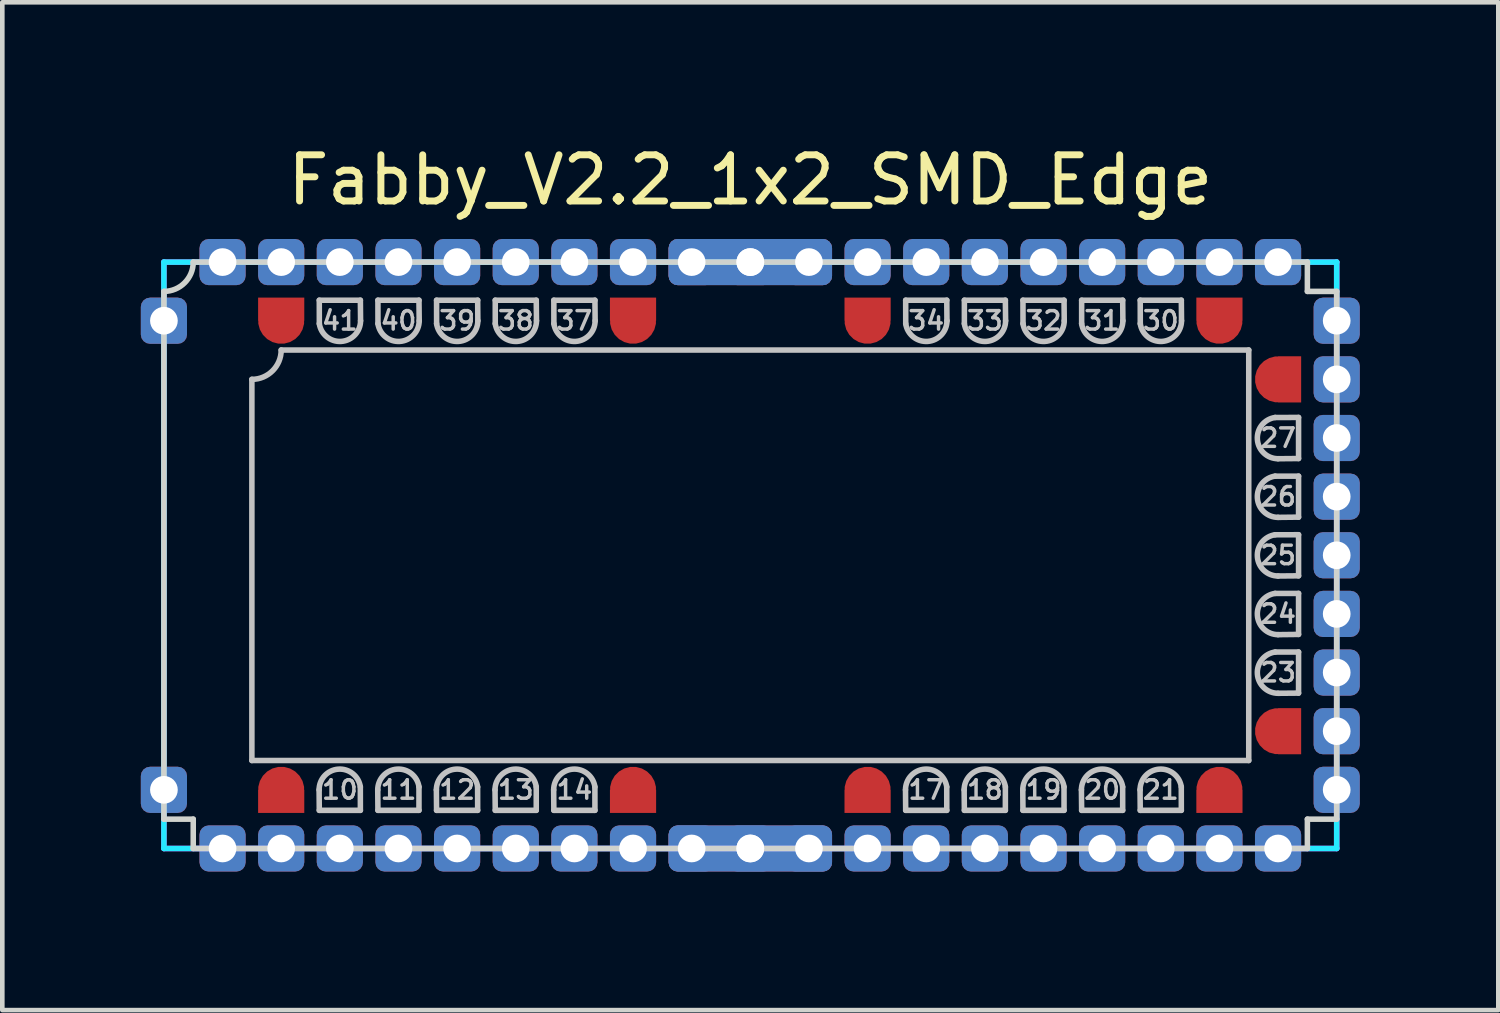
<source format=kicad_pcb>
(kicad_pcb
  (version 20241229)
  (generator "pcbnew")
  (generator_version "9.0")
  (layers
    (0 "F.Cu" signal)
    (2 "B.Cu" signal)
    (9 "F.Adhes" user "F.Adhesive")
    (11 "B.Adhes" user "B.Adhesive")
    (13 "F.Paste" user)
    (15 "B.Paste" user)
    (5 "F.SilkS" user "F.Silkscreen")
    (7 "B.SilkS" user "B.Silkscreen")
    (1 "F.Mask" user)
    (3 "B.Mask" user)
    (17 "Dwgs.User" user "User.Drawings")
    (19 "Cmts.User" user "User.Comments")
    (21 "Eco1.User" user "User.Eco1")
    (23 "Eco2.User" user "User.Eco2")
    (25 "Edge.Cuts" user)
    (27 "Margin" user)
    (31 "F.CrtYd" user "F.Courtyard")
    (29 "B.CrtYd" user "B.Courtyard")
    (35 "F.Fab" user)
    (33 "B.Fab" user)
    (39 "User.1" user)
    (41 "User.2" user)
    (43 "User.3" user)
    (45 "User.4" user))
  (footprint "Fabby_V2.2_1x2_SMD_Edge"
    (layer "F.Cu")
    (at 13.2 8.976)
    (property "Reference" "Fabby_V2.2_1x2_SMD_Edge" (at 0 -8.128 0) (layer "F.SilkS") (effects (font (size 1 1) (thickness 0.15))))
    (attr through_hole)
    (fp_line (start -10.795 4.445) (end -10.795 -3.81) (stroke (width 0.12) (type solid)) (layer "Dwgs.User"))
    (fp_line (start -10.16 -4.445) (end 10.795 -4.445) (stroke (width 0.12) (type solid)) (layer "Dwgs.User"))
    (fp_line (start -9.339 5.08) (end -9.335 5.524) (stroke (width 0.12) (type solid)) (layer "Dwgs.User"))
    (fp_line (start -9.335 -5.524) (end -9.334 -5.017) (stroke (width 0.12) (type solid)) (layer "Dwgs.User"))
    (fp_line (start -9.335 5.524) (end -8.445 5.524) (stroke (width 0.12) (type solid)) (layer "Dwgs.User"))
    (fp_line (start -8.445 -5.524) (end -9.335 -5.524) (stroke (width 0.12) (type solid)) (layer "Dwgs.User"))
    (fp_line (start -8.445 5.524) (end -8.446 5.017) (stroke (width 0.12) (type solid)) (layer "Dwgs.User"))
    (fp_line (start -8.441 -5.08) (end -8.445 -5.524) (stroke (width 0.12) (type solid)) (layer "Dwgs.User"))
    (fp_line (start -8.069 5.08) (end -8.065 5.524) (stroke (width 0.12) (type solid)) (layer "Dwgs.User"))
    (fp_line (start -8.065 -5.524) (end -8.064 -5.017) (stroke (width 0.12) (type solid)) (layer "Dwgs.User"))
    (fp_line (start -8.065 5.524) (end -7.176 5.524) (stroke (width 0.12) (type solid)) (layer "Dwgs.User"))
    (fp_line (start -7.176 -5.524) (end -8.065 -5.524) (stroke (width 0.12) (type solid)) (layer "Dwgs.User"))
    (fp_line (start -7.176 5.524) (end -7.176 5.017) (stroke (width 0.12) (type solid)) (layer "Dwgs.User"))
    (fp_line (start -7.171 -5.08) (end -7.176 -5.524) (stroke (width 0.12) (type solid)) (layer "Dwgs.User"))
    (fp_line (start -6.799 5.08) (end -6.795 5.524) (stroke (width 0.12) (type solid)) (layer "Dwgs.User"))
    (fp_line (start -6.795 -5.524) (end -6.794 -5.017) (stroke (width 0.12) (type solid)) (layer "Dwgs.User"))
    (fp_line (start -6.795 5.524) (end -5.905 5.524) (stroke (width 0.12) (type solid)) (layer "Dwgs.User"))
    (fp_line (start -5.905 -5.524) (end -6.795 -5.524) (stroke (width 0.12) (type solid)) (layer "Dwgs.User"))
    (fp_line (start -5.905 5.524) (end -5.906 5.017) (stroke (width 0.12) (type solid)) (layer "Dwgs.User"))
    (fp_line (start -5.901 -5.08) (end -5.905 -5.524) (stroke (width 0.12) (type solid)) (layer "Dwgs.User"))
    (fp_line (start -5.529 5.08) (end -5.524 5.524) (stroke (width 0.12) (type solid)) (layer "Dwgs.User"))
    (fp_line (start -5.524 -5.524) (end -5.524 -5.017) (stroke (width 0.12) (type solid)) (layer "Dwgs.User"))
    (fp_line (start -5.524 5.524) (end -4.636 5.524) (stroke (width 0.12) (type solid)) (layer "Dwgs.User"))
    (fp_line (start -4.636 -5.524) (end -5.524 -5.524) (stroke (width 0.12) (type solid)) (layer "Dwgs.User"))
    (fp_line (start -4.636 5.524) (end -4.636 5.017) (stroke (width 0.12) (type solid)) (layer "Dwgs.User"))
    (fp_line (start -4.631 -5.08) (end -4.636 -5.524) (stroke (width 0.12) (type solid)) (layer "Dwgs.User"))
    (fp_line (start -4.259 5.08) (end -4.255 5.524) (stroke (width 0.12) (type solid)) (layer "Dwgs.User"))
    (fp_line (start -4.255 -5.524) (end -4.254 -5.017) (stroke (width 0.12) (type solid)) (layer "Dwgs.User"))
    (fp_line (start -4.255 5.524) (end -3.365 5.524) (stroke (width 0.12) (type solid)) (layer "Dwgs.User"))
    (fp_line (start -3.365 -5.524) (end -4.255 -5.524) (stroke (width 0.12) (type solid)) (layer "Dwgs.User"))
    (fp_line (start -3.365 5.524) (end -3.366 5.017) (stroke (width 0.12) (type solid)) (layer "Dwgs.User"))
    (fp_line (start -3.361 -5.08) (end -3.365 -5.524) (stroke (width 0.12) (type solid)) (layer "Dwgs.User"))
    (fp_line (start 3.361 5.08) (end 3.365 5.524) (stroke (width 0.12) (type solid)) (layer "Dwgs.User"))
    (fp_line (start 3.365 -5.524) (end 3.366 -5.017) (stroke (width 0.12) (type solid)) (layer "Dwgs.User"))
    (fp_line (start 3.365 5.524) (end 4.255 5.524) (stroke (width 0.12) (type solid)) (layer "Dwgs.User"))
    (fp_line (start 4.255 -5.524) (end 3.365 -5.524) (stroke (width 0.12) (type solid)) (layer "Dwgs.User"))
    (fp_line (start 4.255 5.524) (end 4.254 5.017) (stroke (width 0.12) (type solid)) (layer "Dwgs.User"))
    (fp_line (start 4.259 -5.08) (end 4.255 -5.524) (stroke (width 0.12) (type solid)) (layer "Dwgs.User"))
    (fp_line (start 4.631 5.08) (end 4.636 5.524) (stroke (width 0.12) (type solid)) (layer "Dwgs.User"))
    (fp_line (start 4.636 -5.524) (end 4.636 -5.017) (stroke (width 0.12) (type solid)) (layer "Dwgs.User"))
    (fp_line (start 4.636 5.524) (end 5.524 5.524) (stroke (width 0.12) (type solid)) (layer "Dwgs.User"))
    (fp_line (start 5.524 -5.524) (end 4.636 -5.524) (stroke (width 0.12) (type solid)) (layer "Dwgs.User"))
    (fp_line (start 5.524 5.524) (end 5.524 5.017) (stroke (width 0.12) (type solid)) (layer "Dwgs.User"))
    (fp_line (start 5.529 -5.08) (end 5.524 -5.524) (stroke (width 0.12) (type solid)) (layer "Dwgs.User"))
    (fp_line (start 5.901 5.08) (end 5.905 5.524) (stroke (width 0.12) (type solid)) (layer "Dwgs.User"))
    (fp_line (start 5.905 -5.524) (end 5.906 -5.017) (stroke (width 0.12) (type solid)) (layer "Dwgs.User"))
    (fp_line (start 5.905 5.524) (end 6.795 5.524) (stroke (width 0.12) (type solid)) (layer "Dwgs.User"))
    (fp_line (start 6.795 -5.524) (end 5.905 -5.524) (stroke (width 0.12) (type solid)) (layer "Dwgs.User"))
    (fp_line (start 6.795 5.524) (end 6.794 5.017) (stroke (width 0.12) (type solid)) (layer "Dwgs.User"))
    (fp_line (start 6.799 -5.08) (end 6.795 -5.524) (stroke (width 0.12) (type solid)) (layer "Dwgs.User"))
    (fp_line (start 7.171 5.08) (end 7.176 5.524) (stroke (width 0.12) (type solid)) (layer "Dwgs.User"))
    (fp_line (start 7.176 -5.524) (end 7.176 -5.017) (stroke (width 0.12) (type solid)) (layer "Dwgs.User"))
    (fp_line (start 7.176 5.524) (end 8.065 5.524) (stroke (width 0.12) (type solid)) (layer "Dwgs.User"))
    (fp_line (start 8.065 -5.524) (end 7.176 -5.524) (stroke (width 0.12) (type solid)) (layer "Dwgs.User"))
    (fp_line (start 8.065 5.524) (end 8.064 5.017) (stroke (width 0.12) (type solid)) (layer "Dwgs.User"))
    (fp_line (start 8.069 -5.08) (end 8.065 -5.524) (stroke (width 0.12) (type solid)) (layer "Dwgs.User"))
    (fp_line (start 8.441 5.08) (end 8.445 5.524) (stroke (width 0.12) (type solid)) (layer "Dwgs.User"))
    (fp_line (start 8.445 -5.524) (end 8.446 -5.017) (stroke (width 0.12) (type solid)) (layer "Dwgs.User"))
    (fp_line (start 8.445 5.524) (end 9.335 5.524) (stroke (width 0.12) (type solid)) (layer "Dwgs.User"))
    (fp_line (start 9.335 -5.524) (end 8.445 -5.524) (stroke (width 0.12) (type solid)) (layer "Dwgs.User"))
    (fp_line (start 9.335 5.524) (end 9.334 5.017) (stroke (width 0.12) (type solid)) (layer "Dwgs.User"))
    (fp_line (start 9.339 -5.08) (end 9.335 -5.524) (stroke (width 0.12) (type solid)) (layer "Dwgs.User"))
    (fp_line (start 10.795 -4.445) (end 10.795 4.445) (stroke (width 0.12) (type solid)) (layer "Dwgs.User"))
    (fp_line (start 10.795 4.445) (end -10.795 4.445) (stroke (width 0.12) (type solid)) (layer "Dwgs.User"))
    (fp_line (start 11.43 -2.091) (end 11.874 -2.095) (stroke (width 0.12) (type solid)) (layer "Dwgs.User"))
    (fp_line (start 11.43 -0.821) (end 11.874 -0.826) (stroke (width 0.12) (type solid)) (layer "Dwgs.User"))
    (fp_line (start 11.43 0.449) (end 11.874 0.445) (stroke (width 0.12) (type solid)) (layer "Dwgs.User"))
    (fp_line (start 11.43 1.719) (end 11.874 1.714) (stroke (width 0.12) (type solid)) (layer "Dwgs.User"))
    (fp_line (start 11.43 2.989) (end 11.874 2.985) (stroke (width 0.12) (type solid)) (layer "Dwgs.User"))
    (fp_line (start 11.874 -2.985) (end 11.367 -2.984) (stroke (width 0.12) (type solid)) (layer "Dwgs.User"))
    (fp_line (start 11.874 -2.095) (end 11.874 -2.985) (stroke (width 0.12) (type solid)) (layer "Dwgs.User"))
    (fp_line (start 11.874 -1.714) (end 11.367 -1.714) (stroke (width 0.12) (type solid)) (layer "Dwgs.User"))
    (fp_line (start 11.874 -0.826) (end 11.874 -1.714) (stroke (width 0.12) (type solid)) (layer "Dwgs.User"))
    (fp_line (start 11.874 -0.445) (end 11.367 -0.444) (stroke (width 0.12) (type solid)) (layer "Dwgs.User"))
    (fp_line (start 11.874 0.445) (end 11.874 -0.445) (stroke (width 0.12) (type solid)) (layer "Dwgs.User"))
    (fp_line (start 11.874 0.826) (end 11.367 0.826) (stroke (width 0.12) (type solid)) (layer "Dwgs.User"))
    (fp_line (start 11.874 1.714) (end 11.874 0.826) (stroke (width 0.12) (type solid)) (layer "Dwgs.User"))
    (fp_line (start 11.874 2.095) (end 11.367 2.096) (stroke (width 0.12) (type solid)) (layer "Dwgs.User"))
    (fp_line (start 11.874 2.985) (end 11.874 2.095) (stroke (width 0.12) (type solid)) (layer "Dwgs.User"))
    (fp_arc (start -10.16 -4.445) (mid -10.345987 -3.995987) (end -10.795 -3.81) (stroke (width 0.12) (type solid)) (layer "Dwgs.User"))
    (fp_arc (start -9.339012 5.079999) (mid -8.921829 4.632118) (end -8.445501 5.016501) (stroke (width 0.12) (type solid)) (layer "Dwgs.User"))
    (fp_arc (start -8.440988 -5.079999) (mid -8.858171 -4.632118) (end -9.334499 -5.016501) (stroke (width 0.12) (type solid)) (layer "Dwgs.User"))
    (fp_arc (start -8.069012 5.079999) (mid -7.651829 4.632118) (end -7.175501 5.016501) (stroke (width 0.12) (type solid)) (layer "Dwgs.User"))
    (fp_arc (start -7.170988 -5.079999) (mid -7.588171 -4.632118) (end -8.064499 -5.016501) (stroke (width 0.12) (type solid)) (layer "Dwgs.User"))
    (fp_arc (start -6.799012 5.079999) (mid -6.381829 4.632118) (end -5.905501 5.016501) (stroke (width 0.12) (type solid)) (layer "Dwgs.User"))
    (fp_arc (start -5.900988 -5.079999) (mid -6.318171 -4.632118) (end -6.794499 -5.016501) (stroke (width 0.12) (type solid)) (layer "Dwgs.User"))
    (fp_arc (start -5.529012 5.079999) (mid -5.111829 4.632118) (end -4.635501 5.016501) (stroke (width 0.12) (type solid)) (layer "Dwgs.User"))
    (fp_arc (start -4.630988 -5.079999) (mid -5.048171 -4.632118) (end -5.524499 -5.016501) (stroke (width 0.12) (type solid)) (layer "Dwgs.User"))
    (fp_arc (start -4.259012 5.079999) (mid -3.841829 4.632118) (end -3.365501 5.016501) (stroke (width 0.12) (type solid)) (layer "Dwgs.User"))
    (fp_arc (start -3.360988 -5.079999) (mid -3.778171 -4.632118) (end -4.254499 -5.016501) (stroke (width 0.12) (type solid)) (layer "Dwgs.User"))
    (fp_arc (start 3.360988 5.079999) (mid 3.778171 4.632118) (end 4.254499 5.016501) (stroke (width 0.12) (type solid)) (layer "Dwgs.User"))
    (fp_arc (start 4.259012 -5.079999) (mid 3.841829 -4.632118) (end 3.365501 -5.016501) (stroke (width 0.12) (type solid)) (layer "Dwgs.User"))
    (fp_arc (start 4.630988 5.079999) (mid 5.048171 4.632118) (end 5.524499 5.016501) (stroke (width 0.12) (type solid)) (layer "Dwgs.User"))
    (fp_arc (start 5.529012 -5.079999) (mid 5.111829 -4.632118) (end 4.635501 -5.016501) (stroke (width 0.12) (type solid)) (layer "Dwgs.User"))
    (fp_arc (start 5.900988 5.079999) (mid 6.318171 4.632118) (end 6.794499 5.016501) (stroke (width 0.12) (type solid)) (layer "Dwgs.User"))
    (fp_arc (start 6.799012 -5.079999) (mid 6.381829 -4.632118) (end 5.905501 -5.016501) (stroke (width 0.12) (type solid)) (layer "Dwgs.User"))
    (fp_arc (start 7.170988 5.079999) (mid 7.588171 4.632118) (end 8.064499 5.016501) (stroke (width 0.12) (type solid)) (layer "Dwgs.User"))
    (fp_arc (start 8.069012 -5.079999) (mid 7.651829 -4.632118) (end 7.175501 -5.016501) (stroke (width 0.12) (type solid)) (layer "Dwgs.User"))
    (fp_arc (start 8.440988 5.079999) (mid 8.858171 4.632118) (end 9.334499 5.016501) (stroke (width 0.12) (type solid)) (layer "Dwgs.User"))
    (fp_arc (start 9.339012 -5.079999) (mid 8.921829 -4.632118) (end 8.445501 -5.016501) (stroke (width 0.12) (type solid)) (layer "Dwgs.User"))
    (fp_arc (start 11.429999 -2.090988) (mid 10.982118 -2.508171) (end 11.366501 -2.984499) (stroke (width 0.12) (type solid)) (layer "Dwgs.User"))
    (fp_arc (start 11.429999 -0.820988) (mid 10.982118 -1.238171) (end 11.366501 -1.714499) (stroke (width 0.12) (type solid)) (layer "Dwgs.User"))
    (fp_arc (start 11.429999 0.449012) (mid 10.982118 0.031829) (end 11.366501 -0.444499) (stroke (width 0.12) (type solid)) (layer "Dwgs.User"))
    (fp_arc (start 11.429999 1.719012) (mid 10.982118 1.301829) (end 11.366501 0.825501) (stroke (width 0.12) (type solid)) (layer "Dwgs.User"))
    (fp_arc (start 11.429999 2.989012) (mid 10.982118 2.571829) (end 11.366501 2.095501) (stroke (width 0.12) (type solid)) (layer "Dwgs.User"))
    (fp_line (start -12.7 -5.715) (end -12.7 5.715) (stroke (width 0.12) (type solid)) (layer "Edge.Cuts"))
    (fp_line (start -12.7 5.715) (end -12.065 5.715) (stroke (width 0.12) (type solid)) (layer "Edge.Cuts"))
    (fp_line (start -12.065 -6.35) (end 12.065 -6.35) (stroke (width 0.12) (type solid)) (layer "Edge.Cuts"))
    (fp_line (start -12.065 5.715) (end -12.065 6.35) (stroke (width 0.12) (type solid)) (layer "Edge.Cuts"))
    (fp_line (start -12.065 6.35) (end 12.065 6.35) (stroke (width 0.12) (type solid)) (layer "Edge.Cuts"))
    (fp_line (start 12.065 -6.35) (end 12.065 -5.715) (stroke (width 0.12) (type solid)) (layer "Edge.Cuts"))
    (fp_line (start 12.065 -5.715) (end 12.7 -5.715) (stroke (width 0.12) (type solid)) (layer "Edge.Cuts"))
    (fp_line (start 12.065 6.35) (end 12.065 5.715) (stroke (width 0.12) (type solid)) (layer "Edge.Cuts"))
    (fp_line (start 12.7 -5.715) (end 12.7 5.715) (stroke (width 0.12) (type solid)) (layer "Edge.Cuts"))
    (fp_line (start 12.7 5.715) (end 12.065 5.715) (stroke (width 0.12) (type solid)) (layer "Edge.Cuts"))
    (fp_arc (start -12.065 -6.35) (mid -12.250987 -5.900987) (end -12.7 -5.715) (stroke (width 0.12) (type solid)) (layer "Edge.Cuts"))
    (fp_line (start -12.7 -6.35) (end 12.7 -6.35) (stroke (width 0.12) (type solid)) (layer "B.CrtYd"))
    (fp_line (start -12.7 6.35) (end -12.7 -6.35) (stroke (width 0.12) (type solid)) (layer "B.CrtYd"))
    (fp_line (start 12.7 -6.35) (end 12.7 6.35) (stroke (width 0.12) (type solid)) (layer "B.CrtYd"))
    (fp_line (start 12.7 6.35) (end -12.7 6.35) (stroke (width 0.12) (type solid)) (layer "B.CrtYd"))
    (fp_line (start -12.7 -6.35) (end 12.7 -6.35) (stroke (width 0.12) (type solid)) (layer "F.CrtYd"))
    (fp_line (start -12.7 6.35) (end -12.7 -6.35) (stroke (width 0.12) (type solid)) (layer "F.CrtYd"))
    (fp_line (start 12.7 -6.35) (end 12.7 6.35) (stroke (width 0.12) (type solid)) (layer "F.CrtYd"))
    (fp_line (start 12.7 6.35) (end -12.7 6.35) (stroke (width 0.12) (type solid)) (layer "F.CrtYd"))
    (fp_text user "37" (at -3.81 -5.08 0) (layer "Dwgs.User") (effects (font (size 0.4 0.4) (thickness 0.075))))
    (fp_text user "27" (at 11.43 -2.54 0) (layer "Dwgs.User") (effects (font (size 0.4 0.4) (thickness 0.075))))
    (fp_text user "20" (at 7.62 5.08 0) (layer "Dwgs.User") (effects (font (size 0.4 0.4) (thickness 0.075))))
    (fp_text user "34" (at 3.81 -5.08 0) (layer "Dwgs.User") (effects (font (size 0.4 0.4) (thickness 0.075))))
    (fp_text user "26" (at 11.43 -1.27 0) (layer "Dwgs.User") (effects (font (size 0.4 0.4) (thickness 0.075))))
    (fp_text user "40" (at -7.62 -5.08 0) (layer "Dwgs.User") (effects (font (size 0.4 0.4) (thickness 0.075))))
    (fp_text user "38" (at -5.08 -5.08 0) (layer "Dwgs.User") (effects (font (size 0.4 0.4) (thickness 0.075))))
    (fp_text user "32" (at 6.35 -5.08 0) (layer "Dwgs.User") (effects (font (size 0.4 0.4) (thickness 0.075))))
    (fp_text user "18" (at 5.08 5.08 0) (layer "Dwgs.User") (effects (font (size 0.4 0.4) (thickness 0.075))))
    (fp_text user "11" (at -7.62 5.08 0) (layer "Dwgs.User") (effects (font (size 0.4 0.4) (thickness 0.075))))
    (fp_text user "12" (at -6.35 5.08 0) (layer "Dwgs.User") (effects (font (size 0.4 0.4) (thickness 0.075))))
    (fp_text user "39" (at -6.35 -5.08 0) (layer "Dwgs.User") (effects (font (size 0.4 0.4) (thickness 0.075))))
    (fp_text user "23" (at 11.43 2.54 0) (layer "Dwgs.User") (effects (font (size 0.4 0.4) (thickness 0.075))))
    (fp_text user "10" (at -8.89 5.08 0) (layer "Dwgs.User") (effects (font (size 0.4 0.4) (thickness 0.075))))
    (fp_text user "41" (at -8.89 -5.08 0) (layer "Dwgs.User") (effects (font (size 0.4 0.4) (thickness 0.075))))
    (fp_text user "25" (at 11.43 0 0) (layer "Dwgs.User") (effects (font (size 0.4 0.4) (thickness 0.075))))
    (fp_text user "30" (at 8.89 -5.08 0) (layer "Dwgs.User") (effects (font (size 0.4 0.4) (thickness 0.075))))
    (fp_text user "21" (at 8.89 5.08 0) (layer "Dwgs.User") (effects (font (size 0.4 0.4) (thickness 0.075))))
    (fp_text user "13" (at -5.08 5.08 0) (layer "Dwgs.User") (effects (font (size 0.4 0.4) (thickness 0.075))))
    (fp_text user "17" (at 3.81 5.08 0) (layer "Dwgs.User") (effects (font (size 0.4 0.4) (thickness 0.075))))
    (fp_text user "19" (at 6.35 5.08 0) (layer "Dwgs.User") (effects (font (size 0.4 0.4) (thickness 0.075))))
    (fp_text user "14" (at -3.81 5.08 0) (layer "Dwgs.User") (effects (font (size 0.4 0.4) (thickness 0.075))))
    (fp_text user "24" (at 11.43 1.27 0) (layer "Dwgs.User") (effects (font (size 0.4 0.4) (thickness 0.075))))
    (fp_text user "31" (at 7.62 -5.08 0) (layer "Dwgs.User") (effects (font (size 0.4 0.4) (thickness 0.075))))
    (fp_text user "33" (at 5.08 -5.08 0) (layer "Dwgs.User") (effects (font (size 0.4 0.4) (thickness 0.075))))
    (pad "" thru_hole roundrect (at -10.16 -6.35 270) (size 1 1) (drill 0.6) (layers "*.Cu" "*.Mask") (roundrect_rratio 0.2))
    (pad "" thru_hole roundrect (at -10.16 6.35 270) (size 1 1) (drill 0.6) (layers "*.Cu" "*.Mask") (roundrect_rratio 0.2))
    (pad "" thru_hole roundrect (at -2.54 -6.35 270) (size 1 1) (drill 0.6) (layers "*.Cu" "*.Mask") (roundrect_rratio 0.2))
    (pad "" thru_hole roundrect (at -2.54 6.35 270) (size 1 1) (drill 0.6) (layers "*.Cu" "*.Mask") (roundrect_rratio 0.2))
    (pad "" thru_hole roundrect (at 2.54 -6.35 270) (size 1 1) (drill 0.6) (layers "*.Cu" "*.Mask") (roundrect_rratio 0.2))
    (pad "" thru_hole roundrect (at 2.54 6.35 270) (size 1 1) (drill 0.6) (layers "*.Cu" "*.Mask") (roundrect_rratio 0.2))
    (pad "" thru_hole roundrect (at 10.16 -6.35 270) (size 1 1) (drill 0.6) (layers "*.Cu" "*.Mask") (roundrect_rratio 0.2))
    (pad "" thru_hole roundrect (at 10.16 6.35 270) (size 1 1) (drill 0.6) (layers "*.Cu" "*.Mask") (roundrect_rratio 0.2))
    (pad "" thru_hole roundrect (at 12.7 -3.81 270) (size 1 1) (drill 0.6) (layers "*.Cu" "*.Mask") (roundrect_rratio 0.2))
    (pad "" thru_hole roundrect (at 12.7 3.81 270) (size 1 1) (drill 0.6) (layers "*.Cu" "*.Mask") (roundrect_rratio 0.2))
    (pad "1" thru_hole roundrect (at -12.7 -5.08 270) (size 1 1) (drill 0.6) (layers "*.Cu" "*.Mask") (roundrect_rratio 0.2))
    (pad "1" thru_hole roundrect (at -12.7 5.08 270) (size 1 1) (drill 0.6) (layers "*.Cu" "*.Mask") (roundrect_rratio 0.2))
    (pad "1" thru_hole roundrect (at -11.43 -6.35 180) (size 1 1) (drill 0.6) (layers "*.Cu" "*.Mask") (roundrect_rratio 0.2))
    (pad "1" thru_hole roundrect (at -11.43 6.35) (size 1 1) (drill 0.6) (layers "*.Cu" "*.Mask") (roundrect_rratio 0.2))
    (pad "1" thru_hole roundrect (at -1.27 -6.35) (size 1 1) (drill 0.6) (layers "*.Cu" "*.Mask") (roundrect_rratio 0.2))
    (pad "1" thru_hole roundrect (at -1.27 6.35) (size 1 1) (drill 0.6) (layers "*.Cu" "*.Mask") (roundrect_rratio 0.2))
    (pad "1" thru_hole roundrect (at 0 -6.35 90) (size 1 2.254) (drill 0.6 (offset 0 -0.643)) (layers "*.Cu" "*.Mask") (roundrect_rratio 0.2))
    (pad "1" thru_hole roundrect (at 0 -6.35 270) (size 1 2.254) (drill 0.6 (offset 0 -0.643)) (layers "*.Cu" "*.Mask") (roundrect_rratio 0.2))
    (pad "1" thru_hole roundrect (at 0 6.35 90) (size 1 2.254) (drill 0.6 (offset 0 -0.643)) (layers "*.Cu" "*.Mask") (roundrect_rratio 0.2))
    (pad "1" thru_hole roundrect (at 0 6.35 270) (size 1 2.254) (drill 0.6 (offset 0 -0.643)) (layers "*.Cu" "*.Mask") (roundrect_rratio 0.2))
    (pad "1" thru_hole roundrect (at 1.27 -6.35) (size 1 1) (drill 0.6) (layers "*.Cu" "*.Mask") (roundrect_rratio 0.2))
    (pad "1" thru_hole roundrect (at 1.27 6.35) (size 1 1) (drill 0.6) (layers "*.Cu" "*.Mask") (roundrect_rratio 0.2))
    (pad "1" thru_hole roundrect (at 11.43 -6.35 180) (size 1 1) (drill 0.6) (layers "*.Cu" "*.Mask") (roundrect_rratio 0.2))
    (pad "1" thru_hole roundrect (at 11.43 6.35) (size 1 1) (drill 0.6) (layers "*.Cu" "*.Mask") (roundrect_rratio 0.2))
    (pad "1" thru_hole roundrect (at 12.7 -5.08 90) (size 1 1) (drill 0.6) (layers "*.Cu" "*.Mask") (roundrect_rratio 0.2))
    (pad "1" thru_hole roundrect (at 12.7 5.08 90) (size 1 1) (drill 0.6) (layers "*.Cu" "*.Mask") (roundrect_rratio 0.2))
    (pad "9" smd custom (at -10.16 5.08 90) (size 1 1) (layers "F.Cu" "F.Mask" "F.Paste") (options (anchor circle)) (primitives (gr_poly (pts (xy -0.5 -0.5) (xy 0 -0.5) (xy 0 0.5) (xy -0.5 0.5)) (width 0) (fill yes))))
    (pad "10" thru_hole roundrect (at -8.89 6.35 270) (size 1 1) (drill 0.6) (layers "*.Cu" "*.Mask") (roundrect_rratio 0.2))
    (pad "11" thru_hole roundrect (at -7.62 6.35 270) (size 1 1) (drill 0.6) (layers "*.Cu" "*.Mask") (roundrect_rratio 0.2))
    (pad "12" thru_hole roundrect (at -6.35 6.35 270) (size 1 1) (drill 0.6) (layers "*.Cu" "*.Mask") (roundrect_rratio 0.2))
    (pad "13" thru_hole roundrect (at -5.08 6.35 270) (size 1 1) (drill 0.6) (layers "*.Cu" "*.Mask") (roundrect_rratio 0.2))
    (pad "14" thru_hole roundrect (at -3.81 6.35 270) (size 1 1) (drill 0.6) (layers "*.Cu" "*.Mask") (roundrect_rratio 0.2))
    (pad "15" smd custom (at -2.54 5.08 90) (size 1 1) (layers "F.Cu" "F.Mask" "F.Paste") (options (anchor circle)) (primitives (gr_poly (pts (xy -0.5 -0.5) (xy 0 -0.5) (xy 0 0.5) (xy -0.5 0.5)) (width 0) (fill yes))))
    (pad "16" smd custom (at 2.54 5.08 90) (size 1 1) (layers "F.Cu" "F.Mask" "F.Paste") (options (anchor circle)) (primitives (gr_poly (pts (xy -0.5 -0.5) (xy 0 -0.5) (xy 0 0.5) (xy -0.5 0.5)) (width 0) (fill yes))))
    (pad "17" thru_hole roundrect (at 3.81 6.35 270) (size 1 1) (drill 0.6) (layers "*.Cu" "*.Mask") (roundrect_rratio 0.2))
    (pad "18" thru_hole roundrect (at 5.08 6.35 270) (size 1 1) (drill 0.6) (layers "*.Cu" "*.Mask") (roundrect_rratio 0.2))
    (pad "19" thru_hole roundrect (at 6.35 6.35 270) (size 1 1) (drill 0.6) (layers "*.Cu" "*.Mask") (roundrect_rratio 0.2))
    (pad "20" thru_hole roundrect (at 7.62 6.35 270) (size 1 1) (drill 0.6) (layers "*.Cu" "*.Mask") (roundrect_rratio 0.2))
    (pad "21" thru_hole roundrect (at 8.89 6.35 270) (size 1 1) (drill 0.6) (layers "*.Cu" "*.Mask") (roundrect_rratio 0.2))
    (pad "22" smd custom (at 10.16 5.08 90) (size 1 1) (layers "F.Cu" "F.Mask" "F.Paste") (options (anchor circle)) (primitives (gr_poly (pts (xy -0.5 -0.5) (xy 0 -0.5) (xy 0 0.5) (xy -0.5 0.5)) (width 0) (fill yes))))
    (pad "22" smd custom (at 11.43 3.81 180) (size 1 1) (layers "F.Cu" "F.Mask" "F.Paste") (options (anchor circle)) (primitives (gr_poly (pts (xy -0.5 -0.5) (xy 0 -0.5) (xy 0 0.5) (xy -0.5 0.5)) (width 0) (fill yes))))
    (pad "23" thru_hole roundrect (at 12.7 2.54 90) (size 1 1) (drill 0.6) (layers "*.Cu" "*.Mask") (roundrect_rratio 0.2))
    (pad "24" thru_hole roundrect (at 12.7 1.27 90) (size 1 1) (drill 0.6) (layers "*.Cu" "*.Mask") (roundrect_rratio 0.2))
    (pad "25" thru_hole roundrect (at 12.7 0 90) (size 1 1) (drill 0.6) (layers "*.Cu" "*.Mask") (roundrect_rratio 0.2))
    (pad "26" thru_hole roundrect (at 12.7 -1.27 90) (size 1 1) (drill 0.6) (layers "*.Cu" "*.Mask") (roundrect_rratio 0.2))
    (pad "27" thru_hole roundrect (at 12.7 -2.54 90) (size 1 1) (drill 0.6) (layers "*.Cu" "*.Mask") (roundrect_rratio 0.2))
    (pad "28" smd custom (at 11.43 -3.81 180) (size 1 1) (layers "F.Cu" "F.Mask" "F.Paste") (options (anchor circle)) (primitives (gr_poly (pts (xy -0.5 -0.5) (xy 0 -0.5) (xy 0 0.5) (xy -0.5 0.5)) (width 0) (fill yes))))
    (pad "29" smd custom (at 10.16 -5.08 270) (size 1 1) (layers "F.Cu" "F.Mask" "F.Paste") (options (anchor circle)) (primitives (gr_poly (pts (xy -0.5 -0.5) (xy 0 -0.5) (xy 0 0.5) (xy -0.5 0.5)) (width 0) (fill yes))))
    (pad "30" thru_hole roundrect (at 8.89 -6.35 180) (size 1 1) (drill 0.6) (layers "*.Cu" "*.Mask") (roundrect_rratio 0.2))
    (pad "31" thru_hole roundrect (at 7.62 -6.35 180) (size 1 1) (drill 0.6) (layers "*.Cu" "*.Mask") (roundrect_rratio 0.2))
    (pad "32" thru_hole roundrect (at 6.35 -6.35 180) (size 1 1) (drill 0.6) (layers "*.Cu" "*.Mask") (roundrect_rratio 0.2))
    (pad "33" thru_hole roundrect (at 5.08 -6.35 180) (size 1 1) (drill 0.6) (layers "*.Cu" "*.Mask") (roundrect_rratio 0.2))
    (pad "34" thru_hole roundrect (at 3.81 -6.35 180) (size 1 1) (drill 0.6) (layers "*.Cu" "*.Mask") (roundrect_rratio 0.2))
    (pad "35" smd custom (at 2.54 -5.08 270) (size 1 1) (layers "F.Cu" "F.Mask" "F.Paste") (options (anchor circle)) (primitives (gr_poly (pts (xy -0.5 -0.5) (xy 0 -0.5) (xy 0 0.5) (xy -0.5 0.5)) (width 0) (fill yes))))
    (pad "36" smd custom (at -2.54 -5.08 270) (size 1 1) (layers "F.Cu" "F.Mask" "F.Paste") (options (anchor circle)) (primitives (gr_poly (pts (xy -0.5 -0.5) (xy 0 -0.5) (xy 0 0.5) (xy -0.5 0.5)) (width 0) (fill yes))))
    (pad "37" thru_hole roundrect (at -3.81 -6.35 180) (size 1 1) (drill 0.6) (layers "*.Cu" "*.Mask") (roundrect_rratio 0.2))
    (pad "38" thru_hole roundrect (at -5.08 -6.35 180) (size 1 1) (drill 0.6) (layers "*.Cu" "*.Mask") (roundrect_rratio 0.2))
    (pad "39" thru_hole roundrect (at -6.35 -6.35 180) (size 1 1) (drill 0.6) (layers "*.Cu" "*.Mask") (roundrect_rratio 0.2))
    (pad "40" thru_hole roundrect (at -7.62 -6.35 180) (size 1 1) (drill 0.6) (layers "*.Cu" "*.Mask") (roundrect_rratio 0.2))
    (pad "41" thru_hole roundrect (at -8.89 -6.35 180) (size 1 1) (drill 0.6) (layers "*.Cu" "*.Mask") (roundrect_rratio 0.2))
    (pad "42" smd custom (at -10.16 -5.08 270) (size 1 1) (layers "F.Cu" "F.Mask" "F.Paste") (options (anchor circle)) (primitives (gr_poly (pts (xy -0.5 -0.5) (xy 0 -0.5) (xy 0 0.5) (xy -0.5 0.5)) (width 0) (fill yes)))))
  (gr_rect
    (start -3 -3)
    (end 29.4 18.826)
    (stroke (width 0.1) (type default))
    (fill no)
    (layer "Edge.Cuts")))
</source>
